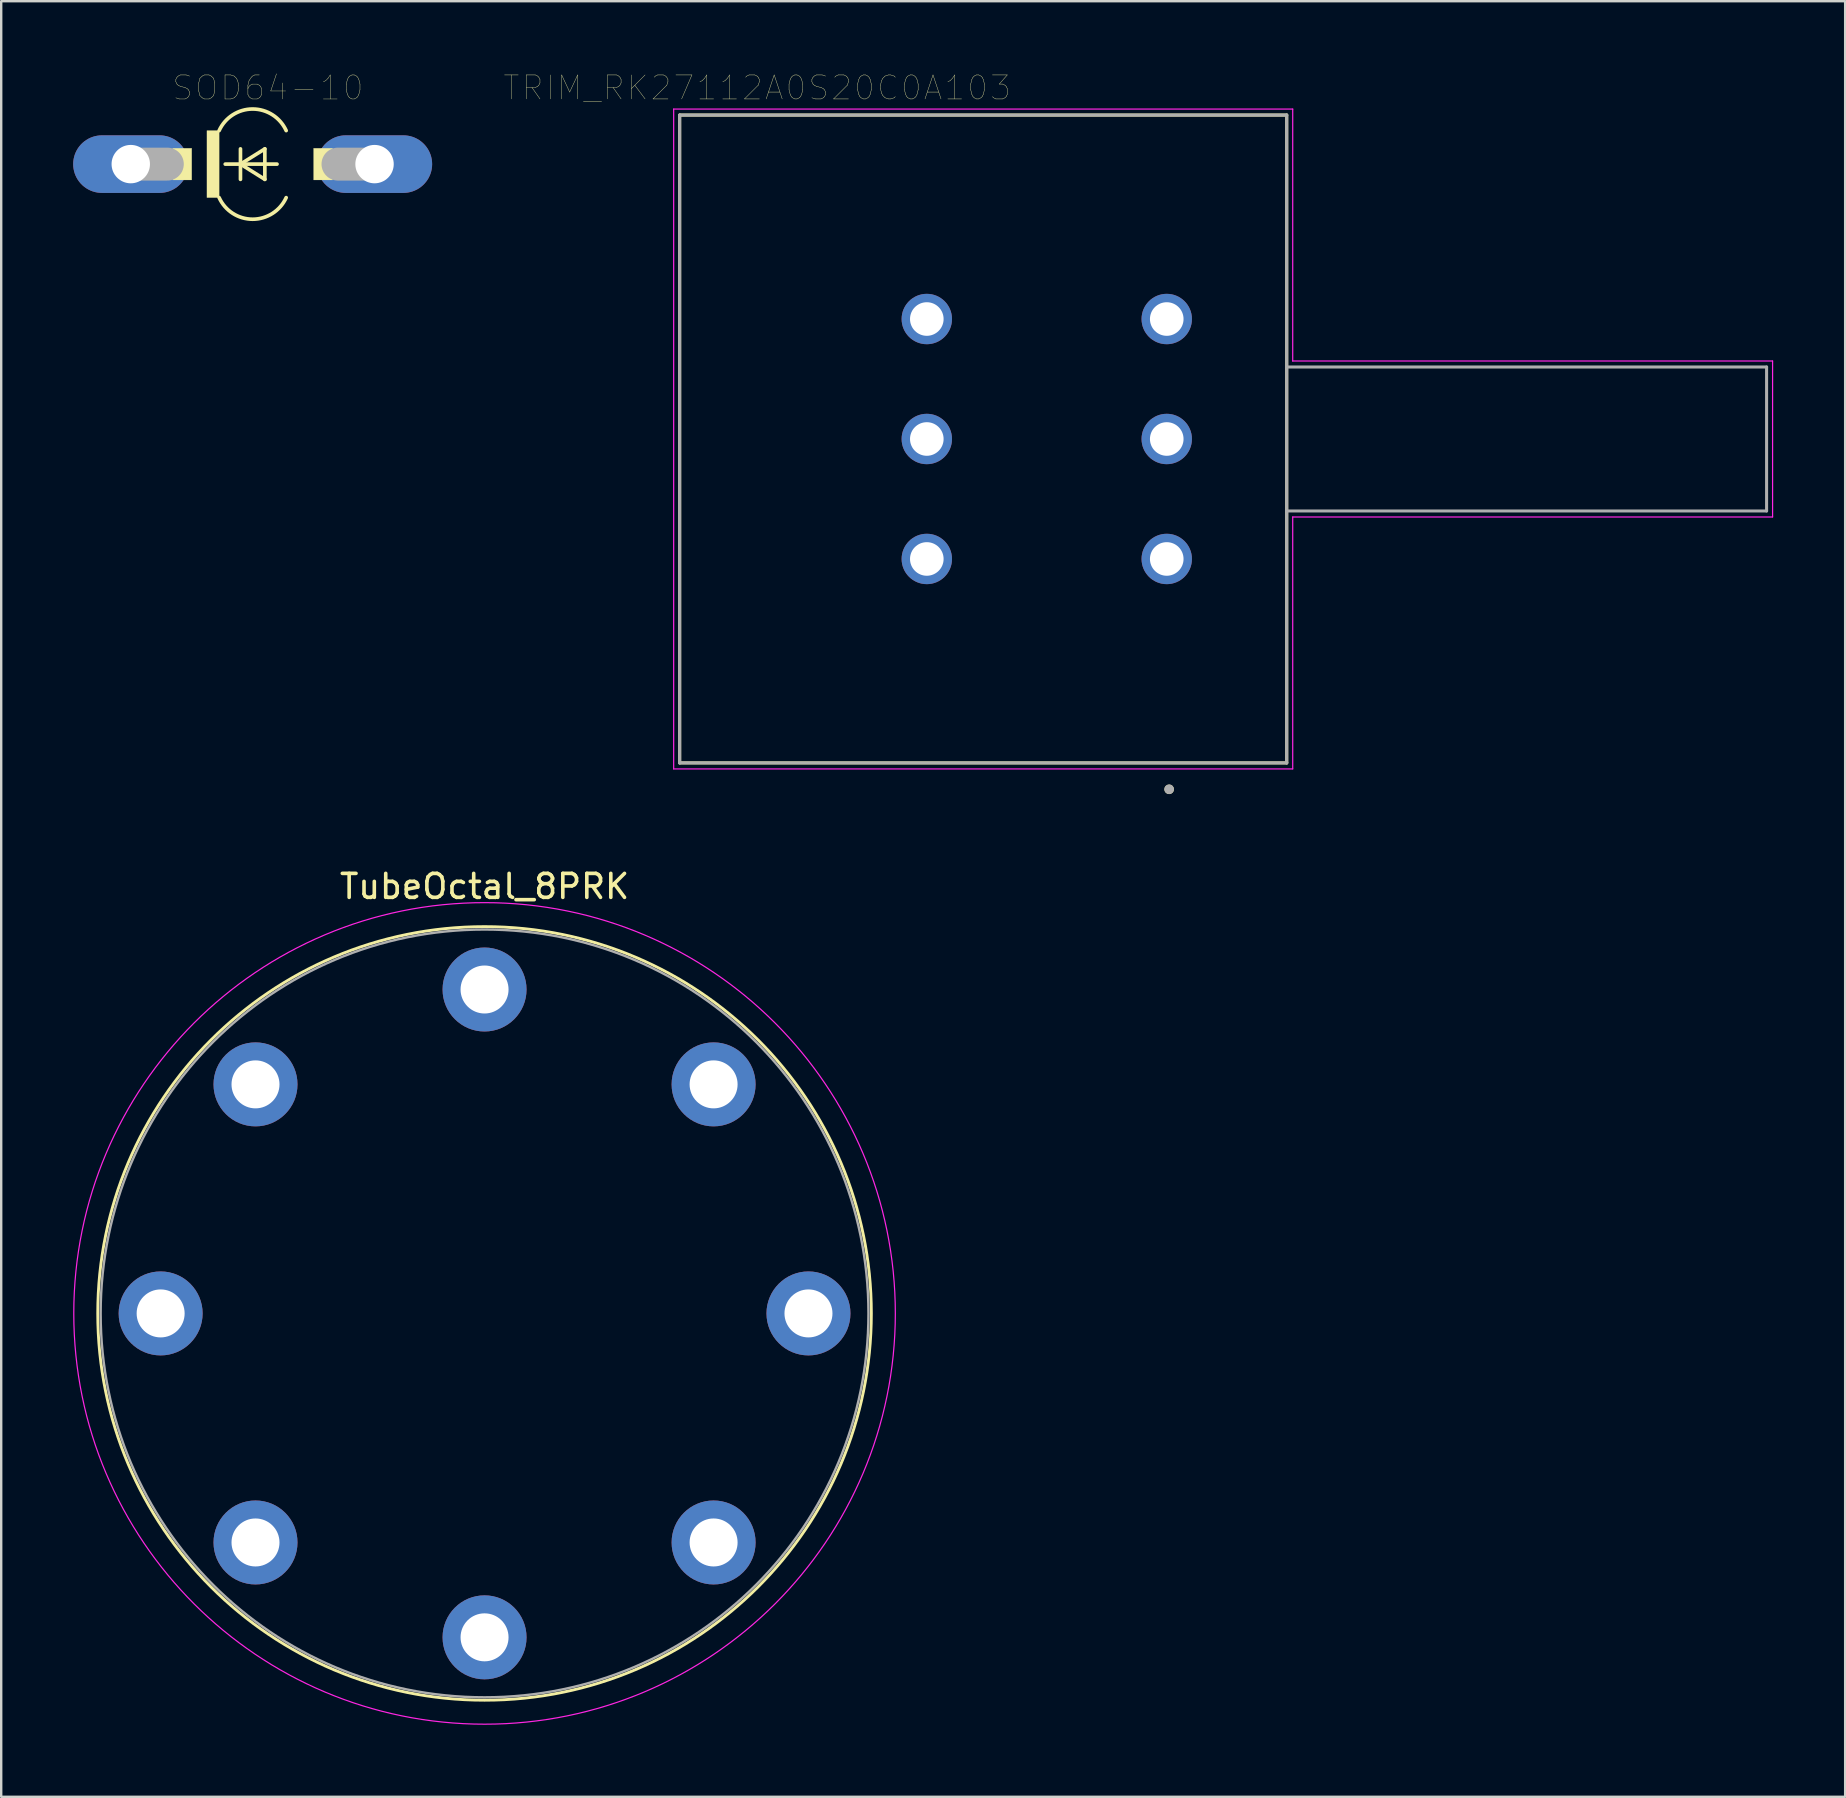
<source format=kicad_pcb>
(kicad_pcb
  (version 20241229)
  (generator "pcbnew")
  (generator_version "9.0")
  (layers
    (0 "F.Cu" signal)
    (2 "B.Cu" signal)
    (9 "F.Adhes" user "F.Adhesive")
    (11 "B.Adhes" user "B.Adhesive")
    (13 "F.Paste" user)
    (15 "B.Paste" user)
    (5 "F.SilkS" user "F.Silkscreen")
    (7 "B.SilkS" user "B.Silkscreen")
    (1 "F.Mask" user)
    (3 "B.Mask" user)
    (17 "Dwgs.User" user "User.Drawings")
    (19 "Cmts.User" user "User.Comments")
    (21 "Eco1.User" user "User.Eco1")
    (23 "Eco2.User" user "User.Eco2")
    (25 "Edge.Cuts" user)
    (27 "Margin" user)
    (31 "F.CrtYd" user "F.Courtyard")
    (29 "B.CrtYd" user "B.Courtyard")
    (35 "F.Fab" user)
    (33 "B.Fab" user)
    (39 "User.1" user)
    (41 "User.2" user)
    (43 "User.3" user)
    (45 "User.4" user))
  (footprint "TRIM_RK27112A0S20C0A103"
    (layer "F.Cu")
    (at 50.577 15.246)
    (property "Reference" "TRIM_RK27112A0S20C0A103" (at -22.075 -14.635 0) (layer "F.SilkS") (effects (font (size 1 1) (thickness 0.015))))
    (attr through_hole)
    (fp_line (start -25.3 -13.5) (end -25.3 13.5) (stroke (width 0.127) (type solid)) (layer "F.SilkS"))
    (fp_line (start -25.3 13.5) (end 0 13.5) (stroke (width 0.127) (type solid)) (layer "F.SilkS"))
    (fp_line (start 0 -13.5) (end -25.3 -13.5) (stroke (width 0.127) (type solid)) (layer "F.SilkS"))
    (fp_line (start 0 13.5) (end 0 -13.5) (stroke (width 0.127) (type solid)) (layer "F.SilkS"))
    (fp_circle (center -4.9 14.6) (end -4.8 14.6) (stroke (width 0.2) (type solid)) (fill no) (layer "F.SilkS"))
    (fp_line (start -25.55 -13.75) (end -25.55 13.75) (stroke (width 0.05) (type solid)) (layer "F.CrtYd"))
    (fp_line (start -25.55 13.75) (end 0.25 13.75) (stroke (width 0.05) (type solid)) (layer "F.CrtYd"))
    (fp_line (start 0.25 -13.75) (end -25.55 -13.75) (stroke (width 0.05) (type solid)) (layer "F.CrtYd"))
    (fp_line (start 0.25 -3.25) (end 0.25 -13.75) (stroke (width 0.05) (type solid)) (layer "F.CrtYd"))
    (fp_line (start 0.25 3.25) (end 20.25 3.25) (stroke (width 0.05) (type solid)) (layer "F.CrtYd"))
    (fp_line (start 0.25 13.75) (end 0.25 3.25) (stroke (width 0.05) (type solid)) (layer "F.CrtYd"))
    (fp_line (start 20.25 -3.25) (end 0.25 -3.25) (stroke (width 0.05) (type solid)) (layer "F.CrtYd"))
    (fp_line (start 20.25 3.25) (end 20.25 -3.25) (stroke (width 0.05) (type solid)) (layer "F.CrtYd"))
    (fp_line (start -25.3 -13.5) (end -25.3 13.5) (stroke (width 0.127) (type solid)) (layer "F.Fab"))
    (fp_line (start -25.3 13.5) (end 0 13.5) (stroke (width 0.127) (type solid)) (layer "F.Fab"))
    (fp_line (start 0 -13.5) (end -25.3 -13.5) (stroke (width 0.127) (type solid)) (layer "F.Fab"))
    (fp_line (start 0 -3) (end 0 -13.5) (stroke (width 0.127) (type solid)) (layer "F.Fab"))
    (fp_line (start 0 -3) (end 20 -3) (stroke (width 0.127) (type solid)) (layer "F.Fab"))
    (fp_line (start 0 3) (end 0 -3) (stroke (width 0.127) (type solid)) (layer "F.Fab"))
    (fp_line (start 0 13.5) (end 0 3) (stroke (width 0.127) (type solid)) (layer "F.Fab"))
    (fp_line (start 20 -3) (end 20 3) (stroke (width 0.127) (type solid)) (layer "F.Fab"))
    (fp_line (start 20 3) (end 0 3) (stroke (width 0.127) (type solid)) (layer "F.Fab"))
    (fp_circle (center -4.9 14.6) (end -4.8 14.6) (stroke (width 0.2) (type solid)) (fill no) (layer "F.Fab"))
    (pad "1_1" thru_hole circle (at -5 5) (size 2.1 2.1) (drill 1.4) (layers "*.Cu" "*.Mask"))
    (pad "1_2" thru_hole circle (at -15 5) (size 2.1 2.1) (drill 1.4) (layers "*.Cu" "*.Mask"))
    (pad "2_1" thru_hole circle (at -5 0) (size 2.1 2.1) (drill 1.4) (layers "*.Cu" "*.Mask"))
    (pad "2_2" thru_hole circle (at -15 0) (size 2.1 2.1) (drill 1.4) (layers "*.Cu" "*.Mask"))
    (pad "3_1" thru_hole circle (at -5 -5) (size 2.1 2.1) (drill 1.4) (layers "*.Cu" "*.Mask"))
    (pad "3_2" thru_hole circle (at -15 -5) (size 2.1 2.1) (drill 1.4) (layers "*.Cu" "*.Mask")))
  (footprint "SOD64-10"
    (layer "F.Cu")
    (at 7.48 3.79)
    (property "Reference" "SOD64-10" (at 0.636 -3.178 0) (layer "F.SilkS") (effects (font (size 1.001 1.001) (thickness 0.015))))
    (attr through_hole)
    (fp_line (start -1.143 0) (end -0.508 0) (stroke (width 0.152) (type solid)) (layer "F.SilkS"))
    (fp_line (start -0.508 -0.635) (end -0.508 0) (stroke (width 0.152) (type solid)) (layer "F.SilkS"))
    (fp_line (start -0.508 0) (end -0.508 0.635) (stroke (width 0.152) (type solid)) (layer "F.SilkS"))
    (fp_line (start -0.508 0) (end 0.508 -0.635) (stroke (width 0.152) (type solid)) (layer "F.SilkS"))
    (fp_line (start -0.508 0) (end 1.016 0) (stroke (width 0.152) (type solid)) (layer "F.SilkS"))
    (fp_line (start 0.508 -0.635) (end 0.508 0.635) (stroke (width 0.152) (type solid)) (layer "F.SilkS"))
    (fp_line (start 0.508 0.635) (end -0.508 0) (stroke (width 0.152) (type solid)) (layer "F.SilkS"))
    (fp_arc (start -1.397 -1.397001) (mid 0 -2.296547) (end 1.397 -1.397) (stroke (width 0.1524) (type solid)) (layer "F.SilkS"))
    (fp_arc (start 1.397 1.397) (mid 0 2.296546) (end -1.397 1.397001) (stroke (width 0.1524) (type solid)) (layer "F.SilkS"))
    (fp_poly (pts (xy -3.329 -0.66) (xy -2.54 -0.66) (xy -2.54 0.661) (xy -3.329 0.661)) (stroke (width 0.01) (type solid)) (fill yes) (layer "F.SilkS"))
    (fp_poly (pts (xy -1.905 -1.397) (xy -1.397 -1.397) (xy -1.397 1.397) (xy -1.905 1.397)) (stroke (width 0.01) (type solid)) (fill yes) (layer "F.SilkS"))
    (fp_poly (pts (xy 2.541 -0.66) (xy 3.327 -0.66) (xy 3.327 0.661) (xy 2.541 0.661)) (stroke (width 0.01) (type solid)) (fill yes) (layer "F.SilkS"))
    (fp_line (start -5.08 0) (end -3.556 0) (stroke (width 1.372) (type solid)) (layer "F.Fab"))
    (fp_line (start 5.08 0) (end 3.556 0) (stroke (width 1.372) (type solid)) (layer "F.Fab"))
    (pad "A" thru_hole oval (at 5.08 0) (size 4.801 2.4) (drill 1.6) (layers "*.Cu" "*.Mask"))
    (pad "C" thru_hole oval (at -5.08 0) (size 4.801 2.4) (drill 1.6) (layers "*.Cu" "*.Mask")))
  (footprint "TubeOctal_8PRK"
    (layer "F.Cu")
    (at 17.145 51.69)
    (property "Reference" "TubeOctal_8PRK" (at 0 -17.795 0) (layer "F.SilkS") (effects (font (size 1 1) (thickness 0.15))))
    (attr through_hole)
    (fp_circle (center 0 0) (end 0 16.12) (stroke (width 0.12) (type solid)) (fill no) (layer "F.SilkS"))
    (fp_circle (center 0 0) (end 0 17.12) (stroke (width 0.05) (type solid)) (fill no) (layer "F.CrtYd"))
    (fp_circle (center 0 0) (end 0 16) (stroke (width 0.1) (type solid)) (fill no) (layer "F.Fab"))
    (pad "1" thru_hole oval (at 0 -13.5) (size 3.5 3.5) (drill 2) (layers "*.Cu" "*.Mask"))
    (pad "2" thru_hole oval (at 9.546 -9.546) (size 3.5 3.5) (drill 2) (layers "*.Cu" "*.Mask"))
    (pad "3" thru_hole oval (at 13.5 0) (size 3.5 3.5) (drill 2) (layers "*.Cu" "*.Mask"))
    (pad "4" thru_hole oval (at 9.546 9.546) (size 3.5 3.5) (drill 2) (layers "*.Cu" "*.Mask"))
    (pad "5" thru_hole oval (at 0 13.5) (size 3.5 3.5) (drill 2) (layers "*.Cu" "*.Mask"))
    (pad "6" thru_hole oval (at -9.546 9.546) (size 3.5 3.5) (drill 2) (layers "*.Cu" "*.Mask"))
    (pad "7" thru_hole oval (at -13.5 0) (size 3.5 3.5) (drill 2) (layers "*.Cu" "*.Mask"))
    (pad "8" thru_hole oval (at -9.546 -9.546) (size 3.5 3.5) (drill 2) (layers "*.Cu" "*.Mask")))
  (gr_rect
    (start -3 -3)
    (end 73.852 71.835)
    (stroke (width 0.1) (type default))
    (fill no)
    (layer "Edge.Cuts")))
</source>
